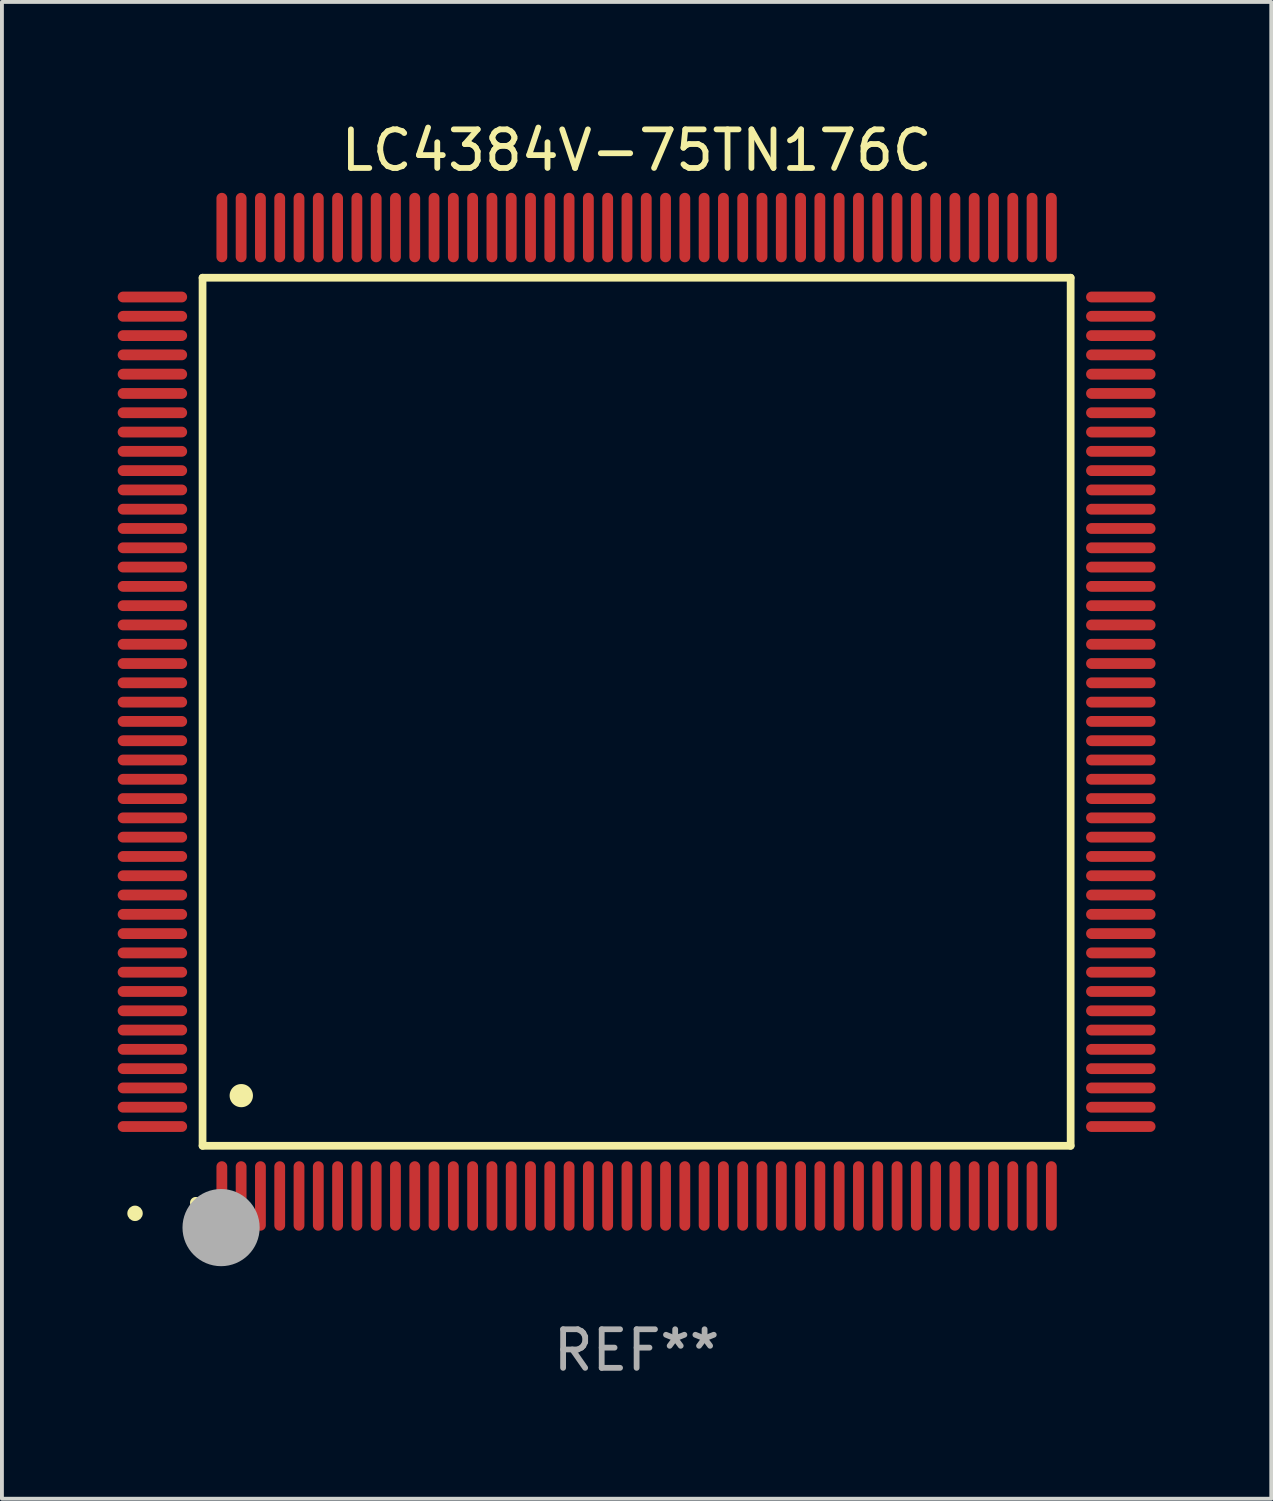
<source format=kicad_pcb>
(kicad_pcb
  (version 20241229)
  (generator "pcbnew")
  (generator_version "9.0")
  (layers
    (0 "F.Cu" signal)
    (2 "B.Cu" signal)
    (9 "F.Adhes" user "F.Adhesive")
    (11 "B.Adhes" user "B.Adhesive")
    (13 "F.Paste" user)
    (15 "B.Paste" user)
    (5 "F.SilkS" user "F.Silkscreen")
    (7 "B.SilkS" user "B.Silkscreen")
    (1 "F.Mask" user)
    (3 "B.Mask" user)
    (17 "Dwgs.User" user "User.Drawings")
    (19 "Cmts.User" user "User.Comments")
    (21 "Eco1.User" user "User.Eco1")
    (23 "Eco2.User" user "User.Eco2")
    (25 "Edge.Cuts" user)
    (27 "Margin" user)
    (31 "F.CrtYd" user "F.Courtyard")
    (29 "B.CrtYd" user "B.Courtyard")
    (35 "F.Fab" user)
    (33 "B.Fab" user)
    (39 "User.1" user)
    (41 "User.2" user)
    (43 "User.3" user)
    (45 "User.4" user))
  (footprint "LC4384V-75TN176C"
    (layer "F.Cu")
    (at 13.45 15.398)
    (property "Reference" "LC4384V-75TN176C" (at 0 -14.55 0) (layer "F.SilkS") (effects (font (size 1 1) (thickness 0.15))))
    (attr through_hole)
    (fp_line (start -11.25 -11.25) (end 11.25 -11.25) (stroke (width 0.2) (type solid)) (layer "F.SilkS"))
    (fp_line (start -11.25 11.25) (end -11.25 -11.25) (stroke (width 0.2) (type solid)) (layer "F.SilkS"))
    (fp_line (start 11.25 -11.25) (end 11.25 11.25) (stroke (width 0.2) (type solid)) (layer "F.SilkS"))
    (fp_line (start 11.25 11.25) (end -11.25 11.25) (stroke (width 0.2) (type solid)) (layer "F.SilkS"))
    (fp_arc (start -11.424943 12.725425) (mid -11.423673 12.72542) (end -11.422403 12.725425) (stroke (width 0.3) (type solid)) (layer "F.SilkS"))
    (fp_arc (start -10.24892 9.9492) (mid -10.24638 9.949189) (end -10.24384 9.9492) (stroke (width 0.6) (type solid)) (layer "F.SilkS"))
    (fp_circle (center -13 13) (end -12.9 13) (stroke (width 0.2) (type solid)) (fill no) (layer "F.SilkS"))
    (fp_circle (center -10.77 13.37) (end -10.27 13.37) (stroke (width 1) (type solid)) (fill no) (layer "F.Fab"))
    (fp_text user "REF**" (at 0 16.55 0) (layer "F.Fab") (effects (font (size 1 1) (thickness 0.15))))
    (pad "1" smd oval (at -10.75 12.55) (size 0.28 1.8) (layers "F.Cu" "F.Mask" "F.Paste"))
    (pad "2" smd oval (at -10.25 12.55) (size 0.28 1.8) (layers "F.Cu" "F.Mask" "F.Paste"))
    (pad "3" smd oval (at -9.75 12.55) (size 0.28 1.8) (layers "F.Cu" "F.Mask" "F.Paste"))
    (pad "4" smd oval (at -9.25 12.55) (size 0.28 1.8) (layers "F.Cu" "F.Mask" "F.Paste"))
    (pad "5" smd oval (at -8.75 12.55) (size 0.28 1.8) (layers "F.Cu" "F.Mask" "F.Paste"))
    (pad "6" smd oval (at -8.25 12.55) (size 0.28 1.8) (layers "F.Cu" "F.Mask" "F.Paste"))
    (pad "7" smd oval (at -7.75 12.55) (size 0.28 1.8) (layers "F.Cu" "F.Mask" "F.Paste"))
    (pad "8" smd oval (at -7.25 12.55) (size 0.28 1.8) (layers "F.Cu" "F.Mask" "F.Paste"))
    (pad "9" smd oval (at -6.75 12.55) (size 0.28 1.8) (layers "F.Cu" "F.Mask" "F.Paste"))
    (pad "10" smd oval (at -6.25 12.55) (size 0.28 1.8) (layers "F.Cu" "F.Mask" "F.Paste"))
    (pad "11" smd oval (at -5.75 12.55) (size 0.28 1.8) (layers "F.Cu" "F.Mask" "F.Paste"))
    (pad "12" smd oval (at -5.25 12.55) (size 0.28 1.8) (layers "F.Cu" "F.Mask" "F.Paste"))
    (pad "13" smd oval (at -4.75 12.55) (size 0.28 1.8) (layers "F.Cu" "F.Mask" "F.Paste"))
    (pad "14" smd oval (at -4.25 12.55) (size 0.28 1.8) (layers "F.Cu" "F.Mask" "F.Paste"))
    (pad "15" smd oval (at -3.75 12.55) (size 0.28 1.8) (layers "F.Cu" "F.Mask" "F.Paste"))
    (pad "16" smd oval (at -3.25 12.55) (size 0.28 1.8) (layers "F.Cu" "F.Mask" "F.Paste"))
    (pad "17" smd oval (at -2.75 12.55) (size 0.28 1.8) (layers "F.Cu" "F.Mask" "F.Paste"))
    (pad "18" smd oval (at -2.25 12.55) (size 0.28 1.8) (layers "F.Cu" "F.Mask" "F.Paste"))
    (pad "19" smd oval (at -1.75 12.55) (size 0.28 1.8) (layers "F.Cu" "F.Mask" "F.Paste"))
    (pad "20" smd oval (at -1.25 12.55) (size 0.28 1.8) (layers "F.Cu" "F.Mask" "F.Paste"))
    (pad "21" smd oval (at -0.75 12.55) (size 0.28 1.8) (layers "F.Cu" "F.Mask" "F.Paste"))
    (pad "22" smd oval (at -0.25 12.55) (size 0.28 1.8) (layers "F.Cu" "F.Mask" "F.Paste"))
    (pad "23" smd oval (at 0.25 12.55) (size 0.28 1.8) (layers "F.Cu" "F.Mask" "F.Paste"))
    (pad "24" smd oval (at 0.75 12.55) (size 0.28 1.8) (layers "F.Cu" "F.Mask" "F.Paste"))
    (pad "25" smd oval (at 1.25 12.55) (size 0.28 1.8) (layers "F.Cu" "F.Mask" "F.Paste"))
    (pad "26" smd oval (at 1.75 12.55) (size 0.28 1.8) (layers "F.Cu" "F.Mask" "F.Paste"))
    (pad "27" smd oval (at 2.25 12.55) (size 0.28 1.8) (layers "F.Cu" "F.Mask" "F.Paste"))
    (pad "28" smd oval (at 2.75 12.55) (size 0.28 1.8) (layers "F.Cu" "F.Mask" "F.Paste"))
    (pad "29" smd oval (at 3.25 12.55) (size 0.28 1.8) (layers "F.Cu" "F.Mask" "F.Paste"))
    (pad "30" smd oval (at 3.75 12.55) (size 0.28 1.8) (layers "F.Cu" "F.Mask" "F.Paste"))
    (pad "31" smd oval (at 4.25 12.55) (size 0.28 1.8) (layers "F.Cu" "F.Mask" "F.Paste"))
    (pad "32" smd oval (at 4.75 12.55) (size 0.28 1.8) (layers "F.Cu" "F.Mask" "F.Paste"))
    (pad "33" smd oval (at 5.25 12.55) (size 0.28 1.8) (layers "F.Cu" "F.Mask" "F.Paste"))
    (pad "34" smd oval (at 5.75 12.55) (size 0.28 1.8) (layers "F.Cu" "F.Mask" "F.Paste"))
    (pad "35" smd oval (at 6.25 12.55) (size 0.28 1.8) (layers "F.Cu" "F.Mask" "F.Paste"))
    (pad "36" smd oval (at 6.75 12.55) (size 0.28 1.8) (layers "F.Cu" "F.Mask" "F.Paste"))
    (pad "37" smd oval (at 7.25 12.55) (size 0.28 1.8) (layers "F.Cu" "F.Mask" "F.Paste"))
    (pad "38" smd oval (at 7.75 12.55) (size 0.28 1.8) (layers "F.Cu" "F.Mask" "F.Paste"))
    (pad "39" smd oval (at 8.25 12.55) (size 0.28 1.8) (layers "F.Cu" "F.Mask" "F.Paste"))
    (pad "40" smd oval (at 8.75 12.55) (size 0.28 1.8) (layers "F.Cu" "F.Mask" "F.Paste"))
    (pad "41" smd oval (at 9.25 12.55) (size 0.28 1.8) (layers "F.Cu" "F.Mask" "F.Paste"))
    (pad "42" smd oval (at 9.75 12.55) (size 0.28 1.8) (layers "F.Cu" "F.Mask" "F.Paste"))
    (pad "43" smd oval (at 10.25 12.55) (size 0.28 1.8) (layers "F.Cu" "F.Mask" "F.Paste"))
    (pad "44" smd oval (at 10.75 12.55) (size 0.28 1.8) (layers "F.Cu" "F.Mask" "F.Paste"))
    (pad "45" smd oval (at 12.55 10.75) (size 1.8 0.28) (layers "F.Cu" "F.Mask" "F.Paste"))
    (pad "46" smd oval (at 12.55 10.25) (size 1.8 0.28) (layers "F.Cu" "F.Mask" "F.Paste"))
    (pad "47" smd oval (at 12.55 9.75) (size 1.8 0.28) (layers "F.Cu" "F.Mask" "F.Paste"))
    (pad "48" smd oval (at 12.55 9.25) (size 1.8 0.28) (layers "F.Cu" "F.Mask" "F.Paste"))
    (pad "49" smd oval (at 12.55 8.75) (size 1.8 0.28) (layers "F.Cu" "F.Mask" "F.Paste"))
    (pad "50" smd oval (at 12.55 8.25) (size 1.8 0.28) (layers "F.Cu" "F.Mask" "F.Paste"))
    (pad "51" smd oval (at 12.55 7.75) (size 1.8 0.28) (layers "F.Cu" "F.Mask" "F.Paste"))
    (pad "52" smd oval (at 12.55 7.25) (size 1.8 0.28) (layers "F.Cu" "F.Mask" "F.Paste"))
    (pad "53" smd oval (at 12.55 6.75) (size 1.8 0.28) (layers "F.Cu" "F.Mask" "F.Paste"))
    (pad "54" smd oval (at 12.55 6.25) (size 1.8 0.28) (layers "F.Cu" "F.Mask" "F.Paste"))
    (pad "55" smd oval (at 12.55 5.75) (size 1.8 0.28) (layers "F.Cu" "F.Mask" "F.Paste"))
    (pad "56" smd oval (at 12.55 5.25) (size 1.8 0.28) (layers "F.Cu" "F.Mask" "F.Paste"))
    (pad "57" smd oval (at 12.55 4.75) (size 1.8 0.28) (layers "F.Cu" "F.Mask" "F.Paste"))
    (pad "58" smd oval (at 12.55 4.25) (size 1.8 0.28) (layers "F.Cu" "F.Mask" "F.Paste"))
    (pad "59" smd oval (at 12.55 3.75) (size 1.8 0.28) (layers "F.Cu" "F.Mask" "F.Paste"))
    (pad "60" smd oval (at 12.55 3.25) (size 1.8 0.28) (layers "F.Cu" "F.Mask" "F.Paste"))
    (pad "61" smd oval (at 12.55 2.75) (size 1.8 0.28) (layers "F.Cu" "F.Mask" "F.Paste"))
    (pad "62" smd oval (at 12.55 2.25) (size 1.8 0.28) (layers "F.Cu" "F.Mask" "F.Paste"))
    (pad "63" smd oval (at 12.55 1.75) (size 1.8 0.28) (layers "F.Cu" "F.Mask" "F.Paste"))
    (pad "64" smd oval (at 12.55 1.25) (size 1.8 0.28) (layers "F.Cu" "F.Mask" "F.Paste"))
    (pad "65" smd oval (at 12.55 0.75) (size 1.8 0.28) (layers "F.Cu" "F.Mask" "F.Paste"))
    (pad "66" smd oval (at 12.55 0.25) (size 1.8 0.28) (layers "F.Cu" "F.Mask" "F.Paste"))
    (pad "67" smd oval (at 12.55 -0.25) (size 1.8 0.28) (layers "F.Cu" "F.Mask" "F.Paste"))
    (pad "68" smd oval (at 12.55 -0.75) (size 1.8 0.28) (layers "F.Cu" "F.Mask" "F.Paste"))
    (pad "69" smd oval (at 12.55 -1.25) (size 1.8 0.28) (layers "F.Cu" "F.Mask" "F.Paste"))
    (pad "70" smd oval (at 12.55 -1.75) (size 1.8 0.28) (layers "F.Cu" "F.Mask" "F.Paste"))
    (pad "71" smd oval (at 12.55 -2.25) (size 1.8 0.28) (layers "F.Cu" "F.Mask" "F.Paste"))
    (pad "72" smd oval (at 12.55 -2.75) (size 1.8 0.28) (layers "F.Cu" "F.Mask" "F.Paste"))
    (pad "73" smd oval (at 12.55 -3.25) (size 1.8 0.28) (layers "F.Cu" "F.Mask" "F.Paste"))
    (pad "74" smd oval (at 12.55 -3.75) (size 1.8 0.28) (layers "F.Cu" "F.Mask" "F.Paste"))
    (pad "75" smd oval (at 12.55 -4.25) (size 1.8 0.28) (layers "F.Cu" "F.Mask" "F.Paste"))
    (pad "76" smd oval (at 12.55 -4.75) (size 1.8 0.28) (layers "F.Cu" "F.Mask" "F.Paste"))
    (pad "77" smd oval (at 12.55 -5.25) (size 1.8 0.28) (layers "F.Cu" "F.Mask" "F.Paste"))
    (pad "78" smd oval (at 12.55 -5.75) (size 1.8 0.28) (layers "F.Cu" "F.Mask" "F.Paste"))
    (pad "79" smd oval (at 12.55 -6.25) (size 1.8 0.28) (layers "F.Cu" "F.Mask" "F.Paste"))
    (pad "80" smd oval (at 12.55 -6.75) (size 1.8 0.28) (layers "F.Cu" "F.Mask" "F.Paste"))
    (pad "81" smd oval (at 12.55 -7.25) (size 1.8 0.28) (layers "F.Cu" "F.Mask" "F.Paste"))
    (pad "82" smd oval (at 12.55 -7.75) (size 1.8 0.28) (layers "F.Cu" "F.Mask" "F.Paste"))
    (pad "83" smd oval (at 12.55 -8.25) (size 1.8 0.28) (layers "F.Cu" "F.Mask" "F.Paste"))
    (pad "84" smd oval (at 12.55 -8.75) (size 1.8 0.28) (layers "F.Cu" "F.Mask" "F.Paste"))
    (pad "85" smd oval (at 12.55 -9.25) (size 1.8 0.28) (layers "F.Cu" "F.Mask" "F.Paste"))
    (pad "86" smd oval (at 12.55 -9.75) (size 1.8 0.28) (layers "F.Cu" "F.Mask" "F.Paste"))
    (pad "87" smd oval (at 12.55 -10.25) (size 1.8 0.28) (layers "F.Cu" "F.Mask" "F.Paste"))
    (pad "88" smd oval (at 12.55 -10.75) (size 1.8 0.28) (layers "F.Cu" "F.Mask" "F.Paste"))
    (pad "89" smd oval (at 10.75 -12.55) (size 0.28 1.8) (layers "F.Cu" "F.Mask" "F.Paste"))
    (pad "90" smd oval (at 10.25 -12.55) (size 0.28 1.8) (layers "F.Cu" "F.Mask" "F.Paste"))
    (pad "91" smd oval (at 9.75 -12.55) (size 0.28 1.8) (layers "F.Cu" "F.Mask" "F.Paste"))
    (pad "92" smd oval (at 9.25 -12.55) (size 0.28 1.8) (layers "F.Cu" "F.Mask" "F.Paste"))
    (pad "93" smd oval (at 8.75 -12.55) (size 0.28 1.8) (layers "F.Cu" "F.Mask" "F.Paste"))
    (pad "94" smd oval (at 8.25 -12.55) (size 0.28 1.8) (layers "F.Cu" "F.Mask" "F.Paste"))
    (pad "95" smd oval (at 7.75 -12.55) (size 0.28 1.8) (layers "F.Cu" "F.Mask" "F.Paste"))
    (pad "96" smd oval (at 7.25 -12.55) (size 0.28 1.8) (layers "F.Cu" "F.Mask" "F.Paste"))
    (pad "97" smd oval (at 6.75 -12.55) (size 0.28 1.8) (layers "F.Cu" "F.Mask" "F.Paste"))
    (pad "98" smd oval (at 6.25 -12.55) (size 0.28 1.8) (layers "F.Cu" "F.Mask" "F.Paste"))
    (pad "99" smd oval (at 5.75 -12.55) (size 0.28 1.8) (layers "F.Cu" "F.Mask" "F.Paste"))
    (pad "100" smd oval (at 5.25 -12.55) (size 0.28 1.8) (layers "F.Cu" "F.Mask" "F.Paste"))
    (pad "101" smd oval (at 4.75 -12.55) (size 0.28 1.8) (layers "F.Cu" "F.Mask" "F.Paste"))
    (pad "102" smd oval (at 4.25 -12.55) (size 0.28 1.8) (layers "F.Cu" "F.Mask" "F.Paste"))
    (pad "103" smd oval (at 3.75 -12.55) (size 0.28 1.8) (layers "F.Cu" "F.Mask" "F.Paste"))
    (pad "104" smd oval (at 3.25 -12.55) (size 0.28 1.8) (layers "F.Cu" "F.Mask" "F.Paste"))
    (pad "105" smd oval (at 2.75 -12.55) (size 0.28 1.8) (layers "F.Cu" "F.Mask" "F.Paste"))
    (pad "106" smd oval (at 2.25 -12.55) (size 0.28 1.8) (layers "F.Cu" "F.Mask" "F.Paste"))
    (pad "107" smd oval (at 1.75 -12.55) (size 0.28 1.8) (layers "F.Cu" "F.Mask" "F.Paste"))
    (pad "108" smd oval (at 1.25 -12.55) (size 0.28 1.8) (layers "F.Cu" "F.Mask" "F.Paste"))
    (pad "109" smd oval (at 0.75 -12.55) (size 0.28 1.8) (layers "F.Cu" "F.Mask" "F.Paste"))
    (pad "110" smd oval (at 0.25 -12.55) (size 0.28 1.8) (layers "F.Cu" "F.Mask" "F.Paste"))
    (pad "111" smd oval (at -0.25 -12.55) (size 0.28 1.8) (layers "F.Cu" "F.Mask" "F.Paste"))
    (pad "112" smd oval (at -0.75 -12.55) (size 0.28 1.8) (layers "F.Cu" "F.Mask" "F.Paste"))
    (pad "113" smd oval (at -1.25 -12.55) (size 0.28 1.8) (layers "F.Cu" "F.Mask" "F.Paste"))
    (pad "114" smd oval (at -1.75 -12.55) (size 0.28 1.8) (layers "F.Cu" "F.Mask" "F.Paste"))
    (pad "115" smd oval (at -2.25 -12.55) (size 0.28 1.8) (layers "F.Cu" "F.Mask" "F.Paste"))
    (pad "116" smd oval (at -2.75 -12.55) (size 0.28 1.8) (layers "F.Cu" "F.Mask" "F.Paste"))
    (pad "117" smd oval (at -3.25 -12.55) (size 0.28 1.8) (layers "F.Cu" "F.Mask" "F.Paste"))
    (pad "118" smd oval (at -3.75 -12.55) (size 0.28 1.8) (layers "F.Cu" "F.Mask" "F.Paste"))
    (pad "119" smd oval (at -4.25 -12.55) (size 0.28 1.8) (layers "F.Cu" "F.Mask" "F.Paste"))
    (pad "120" smd oval (at -4.75 -12.55) (size 0.28 1.8) (layers "F.Cu" "F.Mask" "F.Paste"))
    (pad "121" smd oval (at -5.25 -12.55) (size 0.28 1.8) (layers "F.Cu" "F.Mask" "F.Paste"))
    (pad "122" smd oval (at -5.75 -12.55) (size 0.28 1.8) (layers "F.Cu" "F.Mask" "F.Paste"))
    (pad "123" smd oval (at -6.25 -12.55) (size 0.28 1.8) (layers "F.Cu" "F.Mask" "F.Paste"))
    (pad "124" smd oval (at -6.75 -12.55) (size 0.28 1.8) (layers "F.Cu" "F.Mask" "F.Paste"))
    (pad "125" smd oval (at -7.25 -12.55) (size 0.28 1.8) (layers "F.Cu" "F.Mask" "F.Paste"))
    (pad "126" smd oval (at -7.75 -12.55) (size 0.28 1.8) (layers "F.Cu" "F.Mask" "F.Paste"))
    (pad "127" smd oval (at -8.25 -12.55) (size 0.28 1.8) (layers "F.Cu" "F.Mask" "F.Paste"))
    (pad "128" smd oval (at -8.75 -12.55) (size 0.28 1.8) (layers "F.Cu" "F.Mask" "F.Paste"))
    (pad "129" smd oval (at -9.25 -12.55) (size 0.28 1.8) (layers "F.Cu" "F.Mask" "F.Paste"))
    (pad "130" smd oval (at -9.75 -12.55) (size 0.28 1.8) (layers "F.Cu" "F.Mask" "F.Paste"))
    (pad "131" smd oval (at -10.25 -12.55) (size 0.28 1.8) (layers "F.Cu" "F.Mask" "F.Paste"))
    (pad "132" smd oval (at -10.75 -12.55) (size 0.28 1.8) (layers "F.Cu" "F.Mask" "F.Paste"))
    (pad "133" smd oval (at -12.55 -10.75) (size 1.8 0.28) (layers "F.Cu" "F.Mask" "F.Paste"))
    (pad "134" smd oval (at -12.55 -10.25) (size 1.8 0.28) (layers "F.Cu" "F.Mask" "F.Paste"))
    (pad "135" smd oval (at -12.55 -9.75) (size 1.8 0.28) (layers "F.Cu" "F.Mask" "F.Paste"))
    (pad "136" smd oval (at -12.55 -9.25) (size 1.8 0.28) (layers "F.Cu" "F.Mask" "F.Paste"))
    (pad "137" smd oval (at -12.55 -8.75) (size 1.8 0.28) (layers "F.Cu" "F.Mask" "F.Paste"))
    (pad "138" smd oval (at -12.55 -8.25) (size 1.8 0.28) (layers "F.Cu" "F.Mask" "F.Paste"))
    (pad "139" smd oval (at -12.55 -7.75) (size 1.8 0.28) (layers "F.Cu" "F.Mask" "F.Paste"))
    (pad "140" smd oval (at -12.55 -7.25) (size 1.8 0.28) (layers "F.Cu" "F.Mask" "F.Paste"))
    (pad "141" smd oval (at -12.55 -6.75) (size 1.8 0.28) (layers "F.Cu" "F.Mask" "F.Paste"))
    (pad "142" smd oval (at -12.55 -6.25) (size 1.8 0.28) (layers "F.Cu" "F.Mask" "F.Paste"))
    (pad "143" smd oval (at -12.55 -5.75) (size 1.8 0.28) (layers "F.Cu" "F.Mask" "F.Paste"))
    (pad "144" smd oval (at -12.55 -5.25) (size 1.8 0.28) (layers "F.Cu" "F.Mask" "F.Paste"))
    (pad "145" smd oval (at -12.55 -4.75) (size 1.8 0.28) (layers "F.Cu" "F.Mask" "F.Paste"))
    (pad "146" smd oval (at -12.55 -4.25) (size 1.8 0.28) (layers "F.Cu" "F.Mask" "F.Paste"))
    (pad "147" smd oval (at -12.55 -3.75) (size 1.8 0.28) (layers "F.Cu" "F.Mask" "F.Paste"))
    (pad "148" smd oval (at -12.55 -3.25) (size 1.8 0.28) (layers "F.Cu" "F.Mask" "F.Paste"))
    (pad "149" smd oval (at -12.55 -2.75) (size 1.8 0.28) (layers "F.Cu" "F.Mask" "F.Paste"))
    (pad "150" smd oval (at -12.55 -2.25) (size 1.8 0.28) (layers "F.Cu" "F.Mask" "F.Paste"))
    (pad "151" smd oval (at -12.55 -1.75) (size 1.8 0.28) (layers "F.Cu" "F.Mask" "F.Paste"))
    (pad "152" smd oval (at -12.55 -1.25) (size 1.8 0.28) (layers "F.Cu" "F.Mask" "F.Paste"))
    (pad "153" smd oval (at -12.55 -0.75) (size 1.8 0.28) (layers "F.Cu" "F.Mask" "F.Paste"))
    (pad "154" smd oval (at -12.55 -0.25) (size 1.8 0.28) (layers "F.Cu" "F.Mask" "F.Paste"))
    (pad "155" smd oval (at -12.55 0.25) (size 1.8 0.28) (layers "F.Cu" "F.Mask" "F.Paste"))
    (pad "156" smd oval (at -12.55 0.75) (size 1.8 0.28) (layers "F.Cu" "F.Mask" "F.Paste"))
    (pad "157" smd oval (at -12.55 1.25) (size 1.8 0.28) (layers "F.Cu" "F.Mask" "F.Paste"))
    (pad "158" smd oval (at -12.55 1.75) (size 1.8 0.28) (layers "F.Cu" "F.Mask" "F.Paste"))
    (pad "159" smd oval (at -12.55 2.25) (size 1.8 0.28) (layers "F.Cu" "F.Mask" "F.Paste"))
    (pad "160" smd oval (at -12.55 2.75) (size 1.8 0.28) (layers "F.Cu" "F.Mask" "F.Paste"))
    (pad "161" smd oval (at -12.55 3.25) (size 1.8 0.28) (layers "F.Cu" "F.Mask" "F.Paste"))
    (pad "162" smd oval (at -12.55 3.75) (size 1.8 0.28) (layers "F.Cu" "F.Mask" "F.Paste"))
    (pad "163" smd oval (at -12.55 4.25) (size 1.8 0.28) (layers "F.Cu" "F.Mask" "F.Paste"))
    (pad "164" smd oval (at -12.55 4.75) (size 1.8 0.28) (layers "F.Cu" "F.Mask" "F.Paste"))
    (pad "165" smd oval (at -12.55 5.25) (size 1.8 0.28) (layers "F.Cu" "F.Mask" "F.Paste"))
    (pad "166" smd oval (at -12.55 5.75) (size 1.8 0.28) (layers "F.Cu" "F.Mask" "F.Paste"))
    (pad "167" smd oval (at -12.55 6.25) (size 1.8 0.28) (layers "F.Cu" "F.Mask" "F.Paste"))
    (pad "168" smd oval (at -12.55 6.75) (size 1.8 0.28) (layers "F.Cu" "F.Mask" "F.Paste"))
    (pad "169" smd oval (at -12.55 7.25) (size 1.8 0.28) (layers "F.Cu" "F.Mask" "F.Paste"))
    (pad "170" smd oval (at -12.55 7.75) (size 1.8 0.28) (layers "F.Cu" "F.Mask" "F.Paste"))
    (pad "171" smd oval (at -12.55 8.25) (size 1.8 0.28) (layers "F.Cu" "F.Mask" "F.Paste"))
    (pad "172" smd oval (at -12.55 8.75) (size 1.8 0.28) (layers "F.Cu" "F.Mask" "F.Paste"))
    (pad "173" smd oval (at -12.55 9.25) (size 1.8 0.28) (layers "F.Cu" "F.Mask" "F.Paste"))
    (pad "174" smd oval (at -12.55 9.75) (size 1.8 0.28) (layers "F.Cu" "F.Mask" "F.Paste"))
    (pad "175" smd oval (at -12.55 10.25) (size 1.8 0.28) (layers "F.Cu" "F.Mask" "F.Paste"))
    (pad "176" smd oval (at -12.55 10.75) (size 1.8 0.28) (layers "F.Cu" "F.Mask" "F.Paste")))
  (gr_rect
    (start -3 -3)
    (end 29.9 35.796)
    (stroke (width 0.1) (type default))
    (fill no)
    (layer "Edge.Cuts")))
</source>
